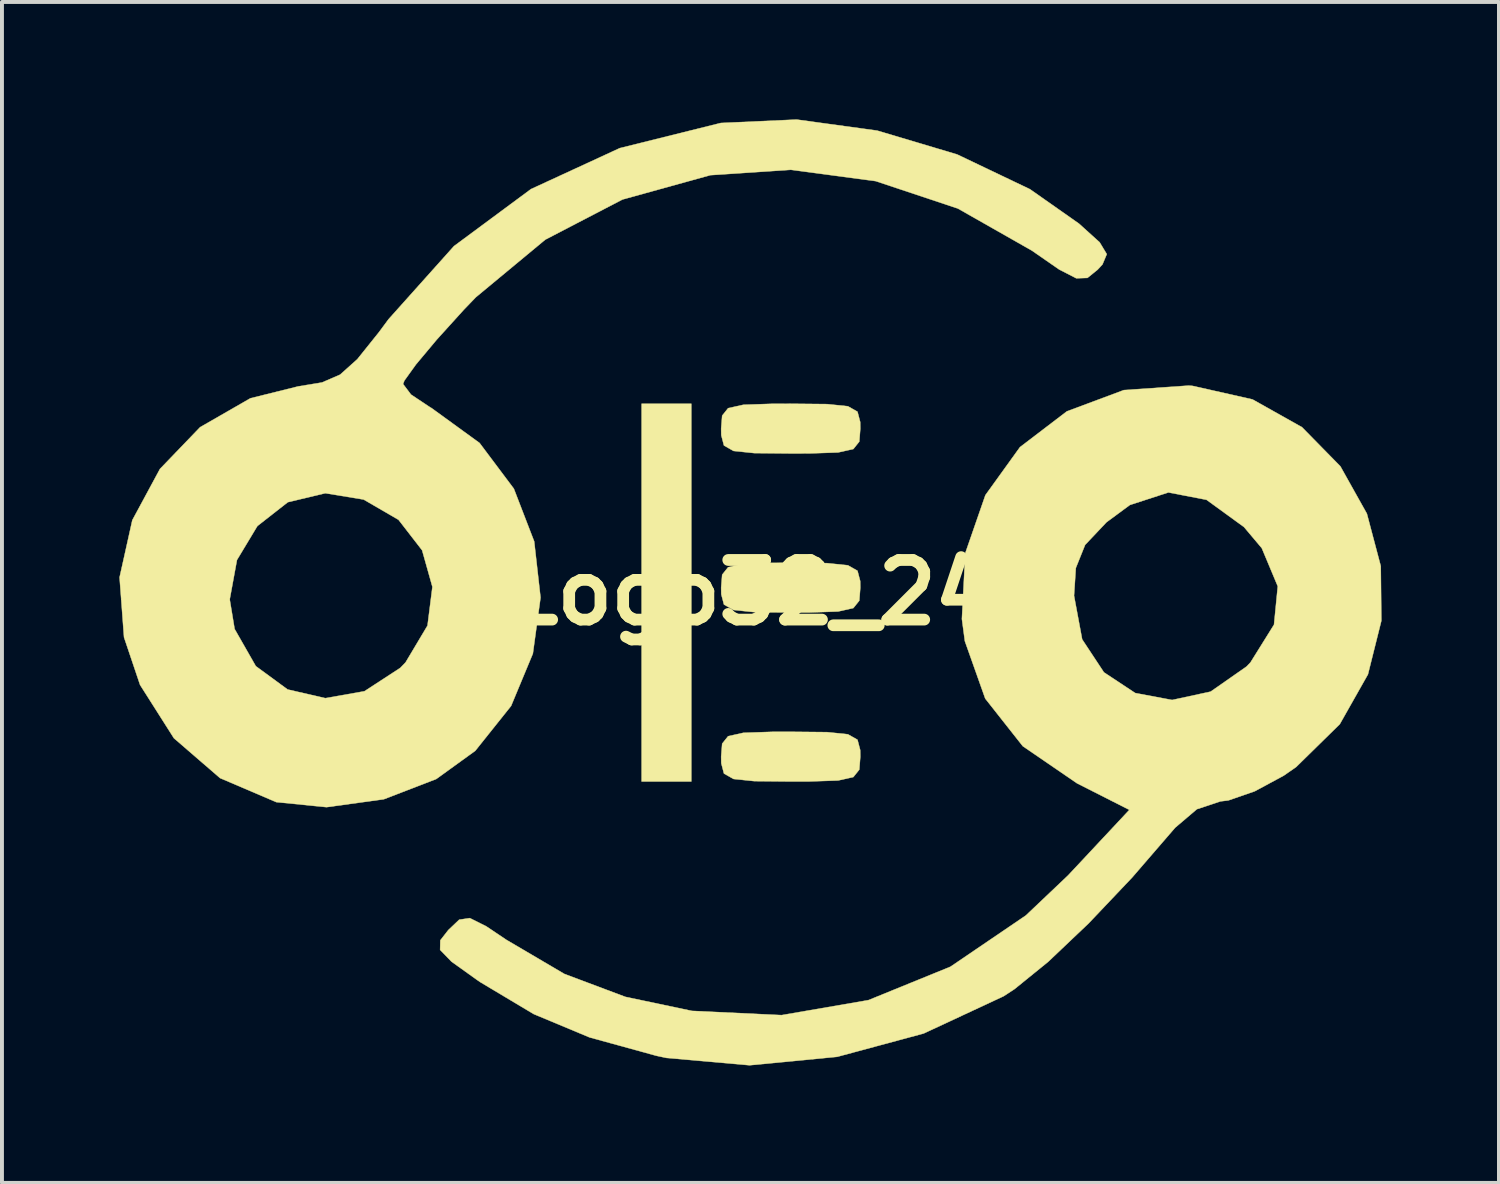
<source format=kicad_pcb>
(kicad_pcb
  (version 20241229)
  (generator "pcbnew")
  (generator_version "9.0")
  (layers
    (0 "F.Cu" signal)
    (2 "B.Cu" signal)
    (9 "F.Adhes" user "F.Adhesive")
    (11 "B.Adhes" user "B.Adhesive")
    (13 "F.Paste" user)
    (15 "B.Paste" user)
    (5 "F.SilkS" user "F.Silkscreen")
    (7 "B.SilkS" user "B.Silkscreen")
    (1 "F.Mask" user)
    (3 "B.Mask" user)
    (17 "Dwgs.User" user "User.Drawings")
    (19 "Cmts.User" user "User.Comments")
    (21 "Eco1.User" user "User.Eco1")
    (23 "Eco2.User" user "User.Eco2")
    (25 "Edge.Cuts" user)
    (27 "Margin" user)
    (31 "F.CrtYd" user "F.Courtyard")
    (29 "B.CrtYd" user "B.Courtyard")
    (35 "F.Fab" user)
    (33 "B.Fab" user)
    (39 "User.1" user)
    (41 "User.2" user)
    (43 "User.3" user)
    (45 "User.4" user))
  (footprint "Logo32_24"
    (layer "F.Cu")
    (at 16.139 12.093)
    (property "Reference" "Logo32_24" (at 0 0 0) (layer "F.SilkS") (effects (font (size 1.524 1.524) (thickness 0.3))))
    (attr through_hole)
    (fp_poly (pts (xy -1.524 4.826) (xy -2.794 4.826) (xy -2.794 -4.826) (xy -1.524 -4.826) (xy -1.524 4.826)) (stroke (width 0.01) (type solid)) (fill yes) (layer "F.SilkS"))
    (fp_poly (pts (xy 1.945 -4.817) (xy 2.477 -4.762) (xy 2.722 -4.623) (xy 2.791 -4.36) (xy 2.794 -4.191) (xy 2.768 -3.859) (xy 2.616 -3.669) (xy 2.227 -3.582) (xy 1.49 -3.557) (xy 1.016 -3.556) (xy 0.087 -3.565) (xy -0.445 -3.62) (xy -0.69 -3.759) (xy -0.759 -4.022) (xy -0.762 -4.191) (xy -0.736 -4.523) (xy -0.584 -4.713) (xy -0.195 -4.8) (xy 0.542 -4.825) (xy 1.016 -4.826) (xy 1.945 -4.817)) (stroke (width 0.01) (type solid)) (fill yes) (layer "F.SilkS"))
    (fp_poly (pts (xy 1.945 -0.753) (xy 2.477 -0.698) (xy 2.722 -0.559) (xy 2.791 -0.296) (xy 2.794 -0.127) (xy 2.768 0.205) (xy 2.616 0.395) (xy 2.227 0.482) (xy 1.49 0.507) (xy 1.016 0.508) (xy 0.087 0.499) (xy -0.445 0.444) (xy -0.69 0.305) (xy -0.759 0.042) (xy -0.762 -0.127) (xy -0.736 -0.459) (xy -0.584 -0.649) (xy -0.195 -0.736) (xy 0.542 -0.761) (xy 1.016 -0.762) (xy 1.945 -0.753)) (stroke (width 0.01) (type solid)) (fill yes) (layer "F.SilkS"))
    (fp_poly (pts (xy 1.945 3.565) (xy 2.477 3.62) (xy 2.722 3.759) (xy 2.791 4.022) (xy 2.794 4.191) (xy 2.768 4.523) (xy 2.616 4.713) (xy 2.227 4.8) (xy 1.49 4.825) (xy 1.016 4.826) (xy 0.087 4.817) (xy -0.445 4.762) (xy -0.69 4.623) (xy -0.759 4.36) (xy -0.762 4.191) (xy -0.736 3.859) (xy -0.584 3.669) (xy -0.195 3.582) (xy 0.542 3.557) (xy 1.016 3.556) (xy 1.945 3.565)) (stroke (width 0.01) (type solid)) (fill yes) (layer "F.SilkS"))
    (fp_poly (pts (xy 3.227 -11.805) (xy 5.267 -11.197) (xy 7.129 -10.308) (xy 8.382 -9.428) (xy 8.91 -8.951) (xy 9.092 -8.649) (xy 8.982 -8.386) (xy 8.858 -8.252) (xy 8.598 -8.042) (xy 8.313 -8.032) (xy 7.875 -8.257) (xy 7.178 -8.74) (xy 5.285 -9.816) (xy 3.187 -10.515) (xy 1.016 -10.805) (xy -1.038 -10.667) (xy -3.284 -10.045) (xy -5.255 -9.02) (xy -7.03 -7.548) (xy -7.335 -7.231) (xy -8.027 -6.467) (xy -8.56 -5.83) (xy -8.856 -5.418) (xy -8.89 -5.331) (xy -8.687 -5.061) (xy -8.196 -4.734) (xy -8.166 -4.718) (xy -6.935 -3.824) (xy -6.059 -2.656) (xy -5.539 -1.308) (xy -5.377 0.127) (xy -5.573 1.559) (xy -6.129 2.895) (xy -7.045 4.042) (xy -8.042 4.763) (xy -9.382 5.28) (xy -10.845 5.482) (xy -12.13 5.353) (xy -13.566 4.739) (xy -14.745 3.72) (xy -15.61 2.358) (xy -16.02 1.142) (xy -16.092 0.173) (xy -13.319 0.173) (xy -13.194 0.93) (xy -12.652 1.879) (xy -11.84 2.475) (xy -10.876 2.697) (xy -9.877 2.52) (xy -8.961 1.923) (xy -8.826 1.783) (xy -8.265 0.842) (xy -8.14 -0.147) (xy -8.403 -1.082) (xy -9.006 -1.861) (xy -9.898 -2.379) (xy -10.877 -2.54) (xy -11.834 -2.311) (xy -12.612 -1.702) (xy -13.134 -0.835) (xy -13.319 0.173) (xy -16.092 0.173) (xy -16.134 -0.389) (xy -15.808 -1.852) (xy -15.102 -3.16) (xy -14.076 -4.227) (xy -12.791 -4.966) (xy -11.568 -5.27) (xy -10.96 -5.37) (xy -10.5 -5.569) (xy -10.06 -5.963) (xy -9.511 -6.648) (xy -9.259 -6.988) (xy -7.589 -8.854) (xy -5.621 -10.311) (xy -3.352 -11.358) (xy -0.78 -11.998) (xy -0.758 -12.001) (xy 1.166 -12.088) (xy 3.227 -11.805)) (stroke (width 0.01) (type solid)) (fill yes) (layer "F.SilkS"))
    (fp_poly (pts (xy 11.281 -5.283) (xy 12.815 -4.937) (xy 14.081 -4.226) (xy 15.061 -3.227) (xy 15.738 -2.018) (xy 16.093 -0.678) (xy 16.108 0.718) (xy 15.765 2.09) (xy 15.045 3.362) (xy 13.93 4.456) (xy 13.612 4.677) (xy 12.872 5.076) (xy 12.199 5.309) (xy 11.995 5.334) (xy 11.395 5.533) (xy 10.839 6.006) (xy 9.739 7.28) (xy 8.627 8.452) (xy 7.595 9.432) (xy 6.735 10.13) (xy 6.457 10.312) (xy 4.412 11.265) (xy 2.202 11.861) (xy -0.035 12.077) (xy -2.16 11.889) (xy -2.418 11.834) (xy -4.126 11.364) (xy -5.551 10.769) (xy -6.915 9.954) (xy -7 9.896) (xy -7.652 9.429) (xy -7.943 9.129) (xy -7.938 8.884) (xy -7.733 8.621) (xy -7.455 8.357) (xy -7.184 8.317) (xy -6.767 8.525) (xy -6.25 8.872) (xy -4.767 9.744) (xy -3.21 10.329) (xy -1.508 10.688) (xy 0.783 10.796) (xy 3.001 10.413) (xy 5.097 9.559) (xy 7.024 8.249) (xy 8.106 7.222) (xy 9.669 5.551) (xy 8.329 4.871) (xy 6.945 3.923) (xy 5.986 2.707) (xy 5.466 1.241) (xy 5.39 0.672) (xy 5.421 0.079) (xy 8.255 0.079) (xy 8.463 1.195) (xy 9.019 2.037) (xy 9.819 2.566) (xy 10.762 2.743) (xy 11.745 2.53) (xy 12.664 1.888) (xy 12.764 1.783) (xy 13.365 0.819) (xy 13.461 -0.161) (xy 13.053 -1.136) (xy 12.598 -1.676) (xy 11.64 -2.372) (xy 10.666 -2.56) (xy 9.683 -2.24) (xy 9.085 -1.799) (xy 8.538 -1.22) (xy 8.301 -0.63) (xy 8.255 0.079) (xy 5.421 0.079) (xy 5.476 -1.009) (xy 5.99 -2.491) (xy 6.874 -3.718) (xy 8.072 -4.632) (xy 9.527 -5.175) (xy 11.183 -5.29) (xy 11.281 -5.283)) (stroke (width 0.01) (type solid)) (fill yes) (layer "F.SilkS")))
  (gr_rect
    (start -3 -3)
    (end 35.252 27.175)
    (stroke (width 0.1) (type default))
    (fill no)
    (layer "Edge.Cuts")))
</source>
